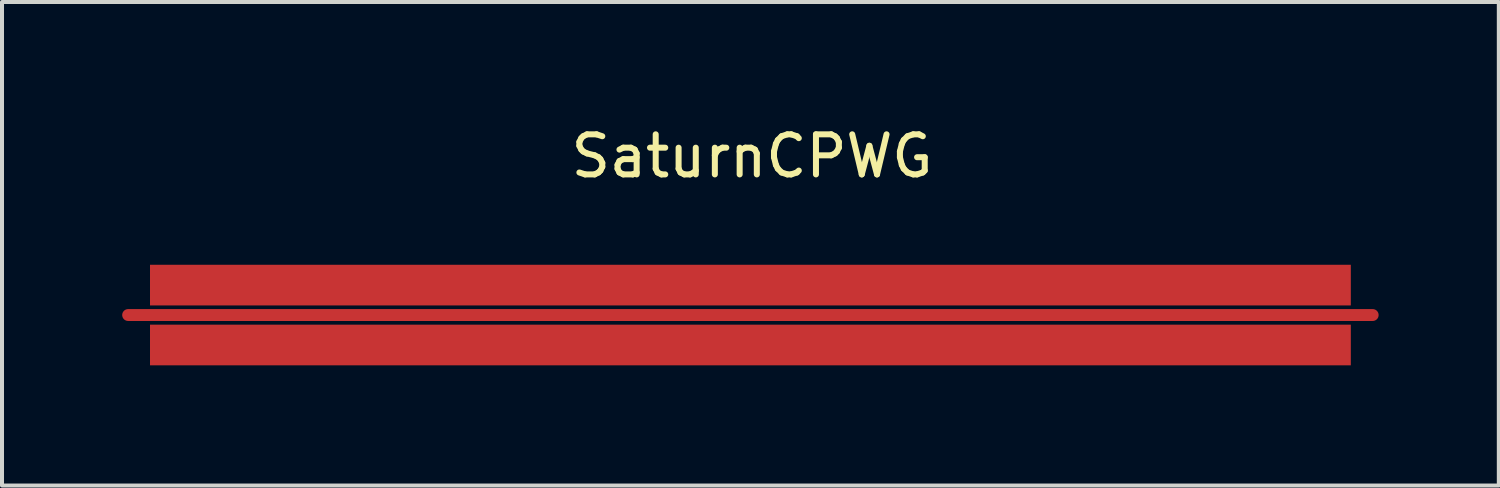
<source format=kicad_pcb>
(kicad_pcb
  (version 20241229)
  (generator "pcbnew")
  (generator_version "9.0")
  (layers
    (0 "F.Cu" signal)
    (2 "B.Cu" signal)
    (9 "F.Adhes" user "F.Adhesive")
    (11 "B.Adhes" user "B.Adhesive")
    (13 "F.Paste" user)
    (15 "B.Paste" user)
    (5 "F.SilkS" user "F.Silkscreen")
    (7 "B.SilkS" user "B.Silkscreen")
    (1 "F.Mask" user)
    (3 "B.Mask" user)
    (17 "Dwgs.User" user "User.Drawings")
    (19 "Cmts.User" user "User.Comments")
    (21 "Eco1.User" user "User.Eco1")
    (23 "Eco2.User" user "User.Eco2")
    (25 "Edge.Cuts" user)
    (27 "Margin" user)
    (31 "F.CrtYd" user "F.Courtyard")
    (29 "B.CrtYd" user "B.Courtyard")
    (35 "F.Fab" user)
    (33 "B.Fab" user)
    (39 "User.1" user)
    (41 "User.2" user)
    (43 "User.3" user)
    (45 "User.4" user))
  (footprint "SaturnCPWG"
    (layer "F.Cu")
    (at 15.71 4.813)
    (property "Reference" "SaturnCPWG" (at 0.011 -3.965 0) (unlocked yes) (layer "F.SilkS") (effects (font (size 1 1) (thickness 0.15))))
    (pad "1" smd oval (at -0.03 0) (size 31.36 0.297) (layers "F.Cu" "F.Mask" "F.Paste"))
    (pad "2" smd rect (at -0.03 -0.747) (size 29.972 1.015) (layers "F.Cu" "F.Mask" "F.Paste"))
    (pad "2" smd rect (at -0.03 0.748) (size 29.972 1.015) (layers "F.Cu" "F.Mask" "F.Paste")))
  (gr_rect
    (start -3 -3)
    (end 34.36 9.068)
    (stroke (width 0.1) (type default))
    (fill no)
    (layer "Edge.Cuts")))
</source>
